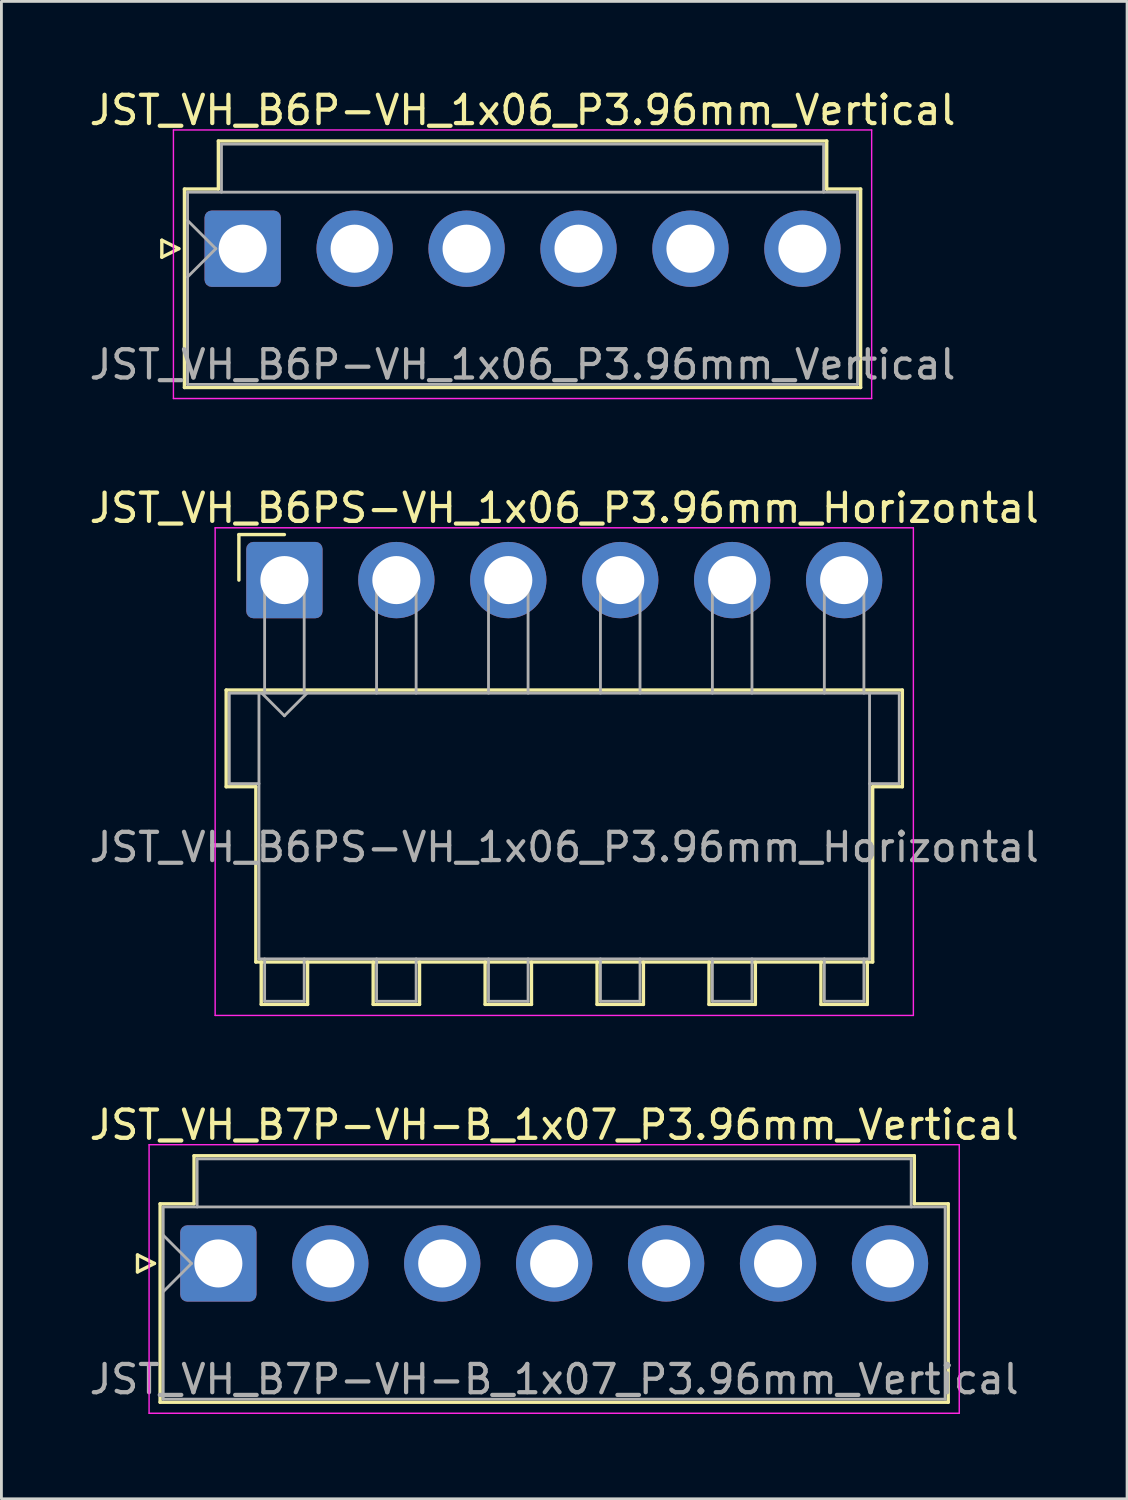
<source format=kicad_pcb>
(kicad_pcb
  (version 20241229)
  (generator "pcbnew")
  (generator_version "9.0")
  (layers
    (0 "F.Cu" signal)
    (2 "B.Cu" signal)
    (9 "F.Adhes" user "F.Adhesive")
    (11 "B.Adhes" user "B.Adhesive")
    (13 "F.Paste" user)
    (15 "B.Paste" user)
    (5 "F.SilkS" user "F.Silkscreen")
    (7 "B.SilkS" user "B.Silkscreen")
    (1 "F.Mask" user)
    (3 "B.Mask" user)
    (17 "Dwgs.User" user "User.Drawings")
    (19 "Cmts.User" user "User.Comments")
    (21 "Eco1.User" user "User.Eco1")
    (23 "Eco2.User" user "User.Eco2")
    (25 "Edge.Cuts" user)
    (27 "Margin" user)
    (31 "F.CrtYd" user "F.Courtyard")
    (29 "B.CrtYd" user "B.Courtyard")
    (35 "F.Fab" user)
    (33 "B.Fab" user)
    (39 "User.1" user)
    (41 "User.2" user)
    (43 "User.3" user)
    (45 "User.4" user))
  (footprint "JST_VH_B6P-VH_1x06_P3.96mm_Vertical"
    (layer "F.Cu")
    (at 5.535 5.748)
    (property "Reference" "JST_VH_B6P-VH_1x06_P3.96mm_Vertical" (at 9.9 -4.9 0) (layer "F.SilkS") (effects (font (size 1 1) (thickness 0.15))))
    (attr through_hole)
    (fp_line (start -2.86 -0.3) (end -2.26 0) (stroke (width 0.12) (type solid)) (layer "F.SilkS"))
    (fp_line (start -2.86 0.3) (end -2.86 -0.3) (stroke (width 0.12) (type solid)) (layer "F.SilkS"))
    (fp_line (start -2.26 0) (end -2.86 0.3) (stroke (width 0.12) (type solid)) (layer "F.SilkS"))
    (fp_line (start -2.06 -2.11) (end -0.86 -2.11) (stroke (width 0.12) (type solid)) (layer "F.SilkS"))
    (fp_line (start -2.06 4.91) (end -2.06 -2.11) (stroke (width 0.12) (type solid)) (layer "F.SilkS"))
    (fp_line (start -0.86 -3.81) (end 20.66 -3.81) (stroke (width 0.12) (type solid)) (layer "F.SilkS"))
    (fp_line (start -0.86 -2.11) (end -0.86 -3.81) (stroke (width 0.12) (type solid)) (layer "F.SilkS"))
    (fp_line (start 20.66 -3.81) (end 20.66 -2.11) (stroke (width 0.12) (type solid)) (layer "F.SilkS"))
    (fp_line (start 20.66 -2.11) (end 21.86 -2.11) (stroke (width 0.12) (type solid)) (layer "F.SilkS"))
    (fp_line (start 21.86 -2.11) (end 21.86 4.91) (stroke (width 0.12) (type solid)) (layer "F.SilkS"))
    (fp_line (start 21.86 4.91) (end -2.06 4.91) (stroke (width 0.12) (type solid)) (layer "F.SilkS"))
    (fp_line (start -2.45 -4.2) (end -2.45 5.3) (stroke (width 0.05) (type solid)) (layer "F.CrtYd"))
    (fp_line (start -2.45 5.3) (end 22.25 5.3) (stroke (width 0.05) (type solid)) (layer "F.CrtYd"))
    (fp_line (start 22.25 -4.2) (end -2.45 -4.2) (stroke (width 0.05) (type solid)) (layer "F.CrtYd"))
    (fp_line (start 22.25 5.3) (end 22.25 -4.2) (stroke (width 0.05) (type solid)) (layer "F.CrtYd"))
    (fp_line (start -1.95 -2) (end -1.95 4.8) (stroke (width 0.1) (type solid)) (layer "F.Fab"))
    (fp_line (start -1.95 -1) (end -0.95 0) (stroke (width 0.1) (type solid)) (layer "F.Fab"))
    (fp_line (start -1.95 1) (end -0.95 0) (stroke (width 0.1) (type solid)) (layer "F.Fab"))
    (fp_line (start -1.95 4.8) (end 21.75 4.8) (stroke (width 0.1) (type solid)) (layer "F.Fab"))
    (fp_line (start -0.75 -3.7) (end 20.55 -3.7) (stroke (width 0.1) (type solid)) (layer "F.Fab"))
    (fp_line (start -0.75 -2) (end -0.75 -3.7) (stroke (width 0.1) (type solid)) (layer "F.Fab"))
    (fp_line (start 20.55 -3.7) (end 20.55 -2) (stroke (width 0.1) (type solid)) (layer "F.Fab"))
    (fp_line (start 21.75 -2) (end -1.95 -2) (stroke (width 0.1) (type solid)) (layer "F.Fab"))
    (fp_line (start 21.75 4.8) (end 21.75 -2) (stroke (width 0.1) (type solid)) (layer "F.Fab"))
    (fp_text user "${REFERENCE}" (at 9.9 4.1 0) (layer "F.Fab") (effects (font (size 1 1) (thickness 0.15))))
    (pad "1" thru_hole roundrect (at 0 0) (size 2.7 2.7) (drill 1.7) (layers "*.Cu" "*.Mask") (roundrect_rratio 0.093))
    (pad "2" thru_hole circle (at 3.96 0) (size 2.7 2.7) (drill 1.7) (layers "*.Cu" "*.Mask"))
    (pad "3" thru_hole circle (at 7.92 0) (size 2.7 2.7) (drill 1.7) (layers "*.Cu" "*.Mask"))
    (pad "4" thru_hole circle (at 11.88 0) (size 2.7 2.7) (drill 1.7) (layers "*.Cu" "*.Mask"))
    (pad "5" thru_hole circle (at 15.84 0) (size 2.7 2.7) (drill 1.7) (layers "*.Cu" "*.Mask"))
    (pad "6" thru_hole circle (at 19.8 0) (size 2.7 2.7) (drill 1.7) (layers "*.Cu" "*.Mask")))
  (footprint "JST_VH_B7P-VH-B_1x07_P3.96mm_Vertical"
    (layer "F.Cu")
    (at 4.674 41.645)
    (property "Reference" "JST_VH_B7P-VH-B_1x07_P3.96mm_Vertical" (at 11.88 -4.9 0) (layer "F.SilkS") (effects (font (size 1 1) (thickness 0.15))))
    (attr through_hole)
    (fp_line (start -2.86 -0.3) (end -2.26 0) (stroke (width 0.12) (type solid)) (layer "F.SilkS"))
    (fp_line (start -2.86 0.3) (end -2.86 -0.3) (stroke (width 0.12) (type solid)) (layer "F.SilkS"))
    (fp_line (start -2.26 0) (end -2.86 0.3) (stroke (width 0.12) (type solid)) (layer "F.SilkS"))
    (fp_line (start -2.06 -2.11) (end -0.86 -2.11) (stroke (width 0.12) (type solid)) (layer "F.SilkS"))
    (fp_line (start -2.06 4.91) (end -2.06 -2.11) (stroke (width 0.12) (type solid)) (layer "F.SilkS"))
    (fp_line (start -0.86 -3.81) (end 24.62 -3.81) (stroke (width 0.12) (type solid)) (layer "F.SilkS"))
    (fp_line (start -0.86 -2.11) (end -0.86 -3.81) (stroke (width 0.12) (type solid)) (layer "F.SilkS"))
    (fp_line (start 24.62 -3.81) (end 24.62 -2.11) (stroke (width 0.12) (type solid)) (layer "F.SilkS"))
    (fp_line (start 24.62 -2.11) (end 25.82 -2.11) (stroke (width 0.12) (type solid)) (layer "F.SilkS"))
    (fp_line (start 25.82 -2.11) (end 25.82 4.91) (stroke (width 0.12) (type solid)) (layer "F.SilkS"))
    (fp_line (start 25.82 4.91) (end -2.06 4.91) (stroke (width 0.12) (type solid)) (layer "F.SilkS"))
    (fp_line (start -2.45 -4.2) (end -2.45 5.3) (stroke (width 0.05) (type solid)) (layer "F.CrtYd"))
    (fp_line (start -2.45 5.3) (end 26.21 5.3) (stroke (width 0.05) (type solid)) (layer "F.CrtYd"))
    (fp_line (start 26.21 -4.2) (end -2.45 -4.2) (stroke (width 0.05) (type solid)) (layer "F.CrtYd"))
    (fp_line (start 26.21 5.3) (end 26.21 -4.2) (stroke (width 0.05) (type solid)) (layer "F.CrtYd"))
    (fp_line (start -1.95 -2) (end -1.95 4.8) (stroke (width 0.1) (type solid)) (layer "F.Fab"))
    (fp_line (start -1.95 -1) (end -0.95 0) (stroke (width 0.1) (type solid)) (layer "F.Fab"))
    (fp_line (start -1.95 1) (end -0.95 0) (stroke (width 0.1) (type solid)) (layer "F.Fab"))
    (fp_line (start -1.95 4.8) (end 25.71 4.8) (stroke (width 0.1) (type solid)) (layer "F.Fab"))
    (fp_line (start -0.75 -3.7) (end 24.51 -3.7) (stroke (width 0.1) (type solid)) (layer "F.Fab"))
    (fp_line (start -0.75 -2) (end -0.75 -3.7) (stroke (width 0.1) (type solid)) (layer "F.Fab"))
    (fp_line (start 24.51 -3.7) (end 24.51 -2) (stroke (width 0.1) (type solid)) (layer "F.Fab"))
    (fp_line (start 25.71 -2) (end -1.95 -2) (stroke (width 0.1) (type solid)) (layer "F.Fab"))
    (fp_line (start 25.71 4.8) (end 25.71 -2) (stroke (width 0.1) (type solid)) (layer "F.Fab"))
    (fp_text user "${REFERENCE}" (at 11.88 4.1 0) (layer "F.Fab") (effects (font (size 1 1) (thickness 0.15))))
    (pad "1" thru_hole roundrect (at 0 0) (size 2.7 2.7) (drill 1.7) (layers "*.Cu" "*.Mask") (roundrect_rratio 0.093))
    (pad "2" thru_hole circle (at 3.96 0) (size 2.7 2.7) (drill 1.7) (layers "*.Cu" "*.Mask"))
    (pad "3" thru_hole circle (at 7.92 0) (size 2.7 2.7) (drill 1.7) (layers "*.Cu" "*.Mask"))
    (pad "4" thru_hole circle (at 11.88 0) (size 2.7 2.7) (drill 1.7) (layers "*.Cu" "*.Mask"))
    (pad "5" thru_hole circle (at 15.84 0) (size 2.7 2.7) (drill 1.7) (layers "*.Cu" "*.Mask"))
    (pad "6" thru_hole circle (at 19.8 0) (size 2.7 2.7) (drill 1.7) (layers "*.Cu" "*.Mask"))
    (pad "7" thru_hole circle (at 23.76 0) (size 2.7 2.7) (drill 1.7) (layers "*.Cu" "*.Mask")))
  (footprint "JST_VH_B6PS-VH_1x06_P3.96mm_Horizontal"
    (layer "F.Cu")
    (at 7.011 17.471)
    (property "Reference" "JST_VH_B6PS-VH_1x06_P3.96mm_Horizontal" (at 9.9 -2.55 0) (layer "F.SilkS") (effects (font (size 1 1) (thickness 0.15))))
    (attr through_hole)
    (fp_line (start -2.06 3.89) (end 21.86 3.89) (stroke (width 0.12) (type solid)) (layer "F.SilkS"))
    (fp_line (start -2.06 7.31) (end -2.06 3.89) (stroke (width 0.12) (type solid)) (layer "F.SilkS"))
    (fp_line (start -1.61 -1.61) (end -1.61 0) (stroke (width 0.12) (type solid)) (layer "F.SilkS"))
    (fp_line (start -1.01 7.31) (end -2.06 7.31) (stroke (width 0.12) (type solid)) (layer "F.SilkS"))
    (fp_line (start -1.01 13.51) (end -1.01 7.31) (stroke (width 0.12) (type solid)) (layer "F.SilkS"))
    (fp_line (start -0.82 13.51) (end -0.82 15.01) (stroke (width 0.12) (type solid)) (layer "F.SilkS"))
    (fp_line (start -0.82 15.01) (end 0.82 15.01) (stroke (width 0.12) (type solid)) (layer "F.SilkS"))
    (fp_line (start 0 -1.61) (end -1.61 -1.61) (stroke (width 0.12) (type solid)) (layer "F.SilkS"))
    (fp_line (start 0.82 15.01) (end 0.82 13.51) (stroke (width 0.12) (type solid)) (layer "F.SilkS"))
    (fp_line (start 3.14 13.51) (end 3.14 15.01) (stroke (width 0.12) (type solid)) (layer "F.SilkS"))
    (fp_line (start 3.14 15.01) (end 4.78 15.01) (stroke (width 0.12) (type solid)) (layer "F.SilkS"))
    (fp_line (start 4.78 15.01) (end 4.78 13.51) (stroke (width 0.12) (type solid)) (layer "F.SilkS"))
    (fp_line (start 7.1 13.51) (end 7.1 15.01) (stroke (width 0.12) (type solid)) (layer "F.SilkS"))
    (fp_line (start 7.1 15.01) (end 8.74 15.01) (stroke (width 0.12) (type solid)) (layer "F.SilkS"))
    (fp_line (start 8.74 15.01) (end 8.74 13.51) (stroke (width 0.12) (type solid)) (layer "F.SilkS"))
    (fp_line (start 11.06 13.51) (end 11.06 15.01) (stroke (width 0.12) (type solid)) (layer "F.SilkS"))
    (fp_line (start 11.06 15.01) (end 12.7 15.01) (stroke (width 0.12) (type solid)) (layer "F.SilkS"))
    (fp_line (start 12.7 15.01) (end 12.7 13.51) (stroke (width 0.12) (type solid)) (layer "F.SilkS"))
    (fp_line (start 15.02 13.51) (end 15.02 15.01) (stroke (width 0.12) (type solid)) (layer "F.SilkS"))
    (fp_line (start 15.02 15.01) (end 16.66 15.01) (stroke (width 0.12) (type solid)) (layer "F.SilkS"))
    (fp_line (start 16.66 15.01) (end 16.66 13.51) (stroke (width 0.12) (type solid)) (layer "F.SilkS"))
    (fp_line (start 18.98 13.51) (end 18.98 15.01) (stroke (width 0.12) (type solid)) (layer "F.SilkS"))
    (fp_line (start 18.98 15.01) (end 20.62 15.01) (stroke (width 0.12) (type solid)) (layer "F.SilkS"))
    (fp_line (start 20.62 15.01) (end 20.62 13.51) (stroke (width 0.12) (type solid)) (layer "F.SilkS"))
    (fp_line (start 20.81 7.31) (end 20.81 13.51) (stroke (width 0.12) (type solid)) (layer "F.SilkS"))
    (fp_line (start 20.81 13.51) (end -1.01 13.51) (stroke (width 0.12) (type solid)) (layer "F.SilkS"))
    (fp_line (start 21.86 3.89) (end 21.86 7.31) (stroke (width 0.12) (type solid)) (layer "F.SilkS"))
    (fp_line (start 21.86 7.31) (end 20.81 7.31) (stroke (width 0.12) (type solid)) (layer "F.SilkS"))
    (fp_line (start -2.45 -1.85) (end -2.45 15.4) (stroke (width 0.05) (type solid)) (layer "F.CrtYd"))
    (fp_line (start -2.45 15.4) (end 22.25 15.4) (stroke (width 0.05) (type solid)) (layer "F.CrtYd"))
    (fp_line (start 22.25 -1.85) (end -2.45 -1.85) (stroke (width 0.05) (type solid)) (layer "F.CrtYd"))
    (fp_line (start 22.25 15.4) (end 22.25 -1.85) (stroke (width 0.05) (type solid)) (layer "F.CrtYd"))
    (fp_line (start -1.95 4) (end -0.9 4) (stroke (width 0.1) (type solid)) (layer "F.Fab"))
    (fp_line (start -1.95 7.2) (end -1.95 4) (stroke (width 0.1) (type solid)) (layer "F.Fab"))
    (fp_line (start -0.9 4) (end -0.9 13.4) (stroke (width 0.1) (type solid)) (layer "F.Fab"))
    (fp_line (start -0.9 7.2) (end -1.95 7.2) (stroke (width 0.1) (type solid)) (layer "F.Fab"))
    (fp_line (start -0.9 13.4) (end 20.7 13.4) (stroke (width 0.1) (type solid)) (layer "F.Fab"))
    (fp_line (start -0.8 4) (end 0 4.8) (stroke (width 0.1) (type solid)) (layer "F.Fab"))
    (fp_line (start -0.7 0) (end 0.7 0) (stroke (width 0.1) (type solid)) (layer "F.Fab"))
    (fp_line (start -0.7 4) (end -0.7 0) (stroke (width 0.1) (type solid)) (layer "F.Fab"))
    (fp_line (start -0.7 13.4) (end -0.7 14.9) (stroke (width 0.1) (type solid)) (layer "F.Fab"))
    (fp_line (start -0.7 14.9) (end 0.7 14.9) (stroke (width 0.1) (type solid)) (layer "F.Fab"))
    (fp_line (start 0 4.8) (end 0.8 4) (stroke (width 0.1) (type solid)) (layer "F.Fab"))
    (fp_line (start 0.7 0) (end 0.7 4) (stroke (width 0.1) (type solid)) (layer "F.Fab"))
    (fp_line (start 0.7 14.9) (end 0.7 13.4) (stroke (width 0.1) (type solid)) (layer "F.Fab"))
    (fp_line (start 3.26 0) (end 4.66 0) (stroke (width 0.1) (type solid)) (layer "F.Fab"))
    (fp_line (start 3.26 4) (end 3.26 0) (stroke (width 0.1) (type solid)) (layer "F.Fab"))
    (fp_line (start 3.26 13.4) (end 3.26 14.9) (stroke (width 0.1) (type solid)) (layer "F.Fab"))
    (fp_line (start 3.26 14.9) (end 4.66 14.9) (stroke (width 0.1) (type solid)) (layer "F.Fab"))
    (fp_line (start 4.66 0) (end 4.66 4) (stroke (width 0.1) (type solid)) (layer "F.Fab"))
    (fp_line (start 4.66 14.9) (end 4.66 13.4) (stroke (width 0.1) (type solid)) (layer "F.Fab"))
    (fp_line (start 7.22 0) (end 8.62 0) (stroke (width 0.1) (type solid)) (layer "F.Fab"))
    (fp_line (start 7.22 4) (end 7.22 0) (stroke (width 0.1) (type solid)) (layer "F.Fab"))
    (fp_line (start 7.22 13.4) (end 7.22 14.9) (stroke (width 0.1) (type solid)) (layer "F.Fab"))
    (fp_line (start 7.22 14.9) (end 8.62 14.9) (stroke (width 0.1) (type solid)) (layer "F.Fab"))
    (fp_line (start 8.62 0) (end 8.62 4) (stroke (width 0.1) (type solid)) (layer "F.Fab"))
    (fp_line (start 8.62 14.9) (end 8.62 13.4) (stroke (width 0.1) (type solid)) (layer "F.Fab"))
    (fp_line (start 11.18 0) (end 12.58 0) (stroke (width 0.1) (type solid)) (layer "F.Fab"))
    (fp_line (start 11.18 4) (end 11.18 0) (stroke (width 0.1) (type solid)) (layer "F.Fab"))
    (fp_line (start 11.18 13.4) (end 11.18 14.9) (stroke (width 0.1) (type solid)) (layer "F.Fab"))
    (fp_line (start 11.18 14.9) (end 12.58 14.9) (stroke (width 0.1) (type solid)) (layer "F.Fab"))
    (fp_line (start 12.58 0) (end 12.58 4) (stroke (width 0.1) (type solid)) (layer "F.Fab"))
    (fp_line (start 12.58 14.9) (end 12.58 13.4) (stroke (width 0.1) (type solid)) (layer "F.Fab"))
    (fp_line (start 15.14 0) (end 16.54 0) (stroke (width 0.1) (type solid)) (layer "F.Fab"))
    (fp_line (start 15.14 4) (end 15.14 0) (stroke (width 0.1) (type solid)) (layer "F.Fab"))
    (fp_line (start 15.14 13.4) (end 15.14 14.9) (stroke (width 0.1) (type solid)) (layer "F.Fab"))
    (fp_line (start 15.14 14.9) (end 16.54 14.9) (stroke (width 0.1) (type solid)) (layer "F.Fab"))
    (fp_line (start 16.54 0) (end 16.54 4) (stroke (width 0.1) (type solid)) (layer "F.Fab"))
    (fp_line (start 16.54 14.9) (end 16.54 13.4) (stroke (width 0.1) (type solid)) (layer "F.Fab"))
    (fp_line (start 19.1 0) (end 20.5 0) (stroke (width 0.1) (type solid)) (layer "F.Fab"))
    (fp_line (start 19.1 4) (end 19.1 0) (stroke (width 0.1) (type solid)) (layer "F.Fab"))
    (fp_line (start 19.1 13.4) (end 19.1 14.9) (stroke (width 0.1) (type solid)) (layer "F.Fab"))
    (fp_line (start 19.1 14.9) (end 20.5 14.9) (stroke (width 0.1) (type solid)) (layer "F.Fab"))
    (fp_line (start 20.5 0) (end 20.5 4) (stroke (width 0.1) (type solid)) (layer "F.Fab"))
    (fp_line (start 20.5 14.9) (end 20.5 13.4) (stroke (width 0.1) (type solid)) (layer "F.Fab"))
    (fp_line (start 20.7 4) (end -0.9 4) (stroke (width 0.1) (type solid)) (layer "F.Fab"))
    (fp_line (start 20.7 4) (end 21.75 4) (stroke (width 0.1) (type solid)) (layer "F.Fab"))
    (fp_line (start 20.7 13.4) (end 20.7 4) (stroke (width 0.1) (type solid)) (layer "F.Fab"))
    (fp_line (start 21.75 4) (end 21.75 7.2) (stroke (width 0.1) (type solid)) (layer "F.Fab"))
    (fp_line (start 21.75 7.2) (end 20.7 7.2) (stroke (width 0.1) (type solid)) (layer "F.Fab"))
    (fp_text user "${REFERENCE}" (at 9.9 9.45 0) (layer "F.Fab") (effects (font (size 1 1) (thickness 0.15))))
    (pad "1" thru_hole roundrect (at 0 0) (size 2.7 2.7) (drill 1.7) (layers "*.Cu" "*.Mask") (roundrect_rratio 0.093))
    (pad "2" thru_hole circle (at 3.96 0) (size 2.7 2.7) (drill 1.7) (layers "*.Cu" "*.Mask"))
    (pad "3" thru_hole circle (at 7.92 0) (size 2.7 2.7) (drill 1.7) (layers "*.Cu" "*.Mask"))
    (pad "4" thru_hole circle (at 11.88 0) (size 2.7 2.7) (drill 1.7) (layers "*.Cu" "*.Mask"))
    (pad "5" thru_hole circle (at 15.84 0) (size 2.7 2.7) (drill 1.7) (layers "*.Cu" "*.Mask"))
    (pad "6" thru_hole circle (at 19.8 0) (size 2.7 2.7) (drill 1.7) (layers "*.Cu" "*.Mask")))
  (gr_rect
    (start -3 -3)
    (end 36.821 49.97)
    (stroke (width 0.1) (type default))
    (fill no)
    (layer "Edge.Cuts")))
</source>
